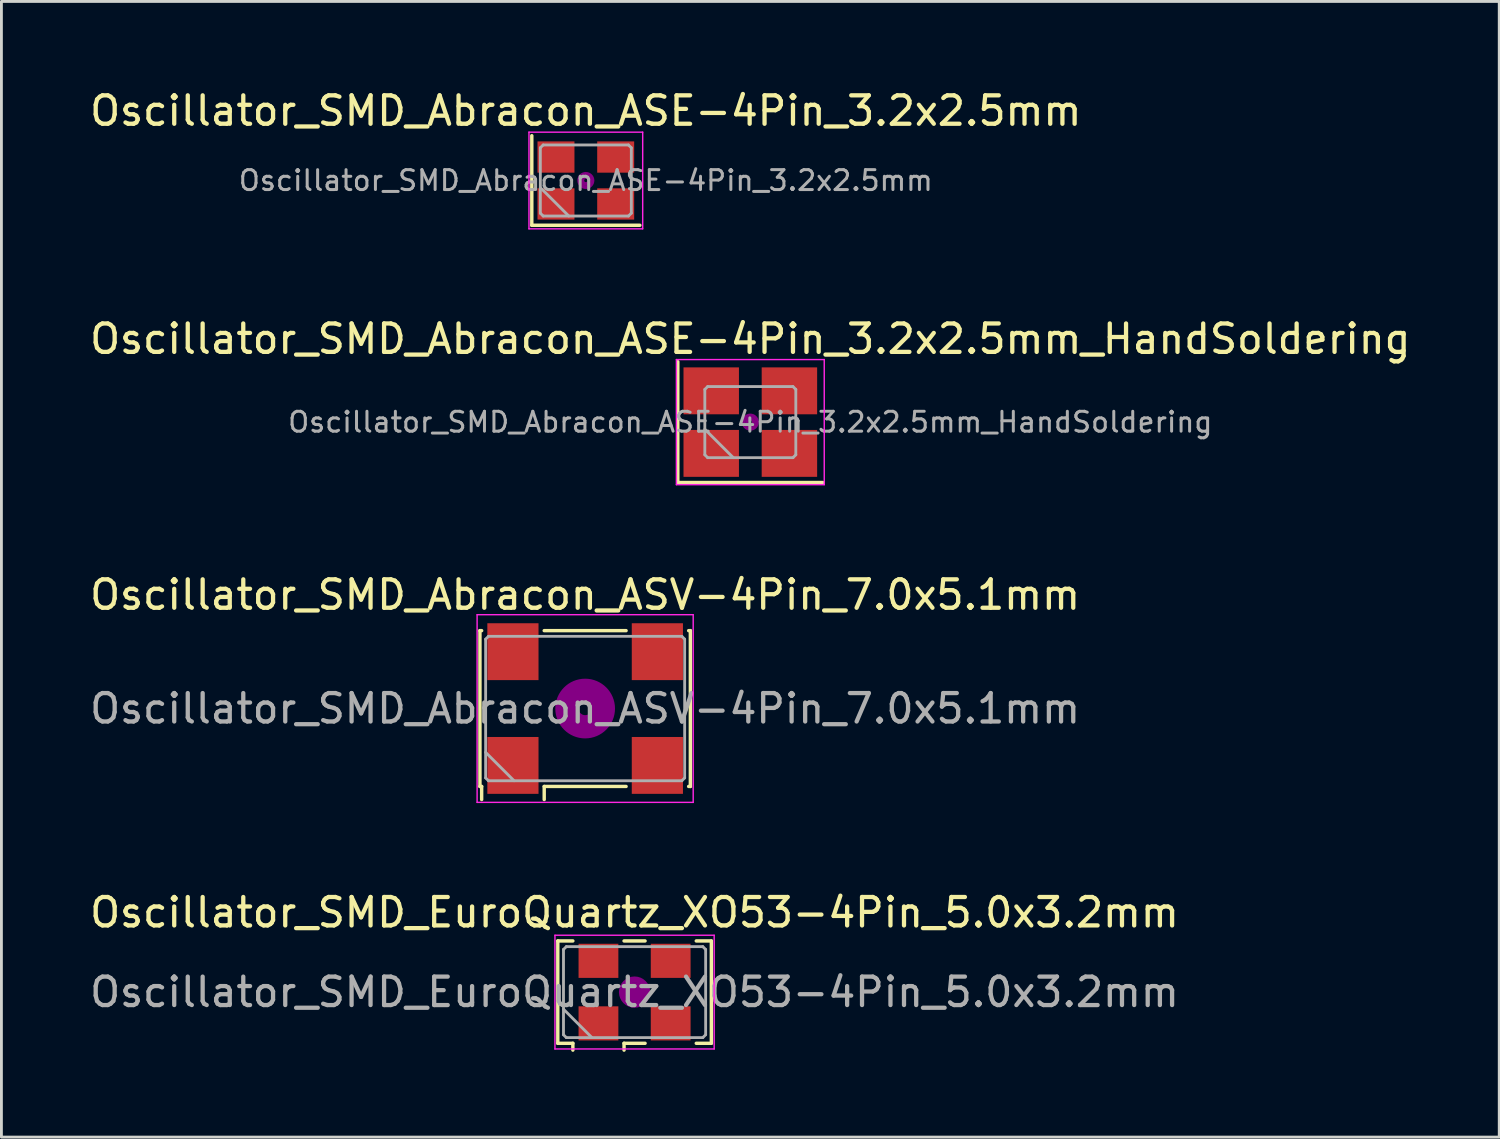
<source format=kicad_pcb>
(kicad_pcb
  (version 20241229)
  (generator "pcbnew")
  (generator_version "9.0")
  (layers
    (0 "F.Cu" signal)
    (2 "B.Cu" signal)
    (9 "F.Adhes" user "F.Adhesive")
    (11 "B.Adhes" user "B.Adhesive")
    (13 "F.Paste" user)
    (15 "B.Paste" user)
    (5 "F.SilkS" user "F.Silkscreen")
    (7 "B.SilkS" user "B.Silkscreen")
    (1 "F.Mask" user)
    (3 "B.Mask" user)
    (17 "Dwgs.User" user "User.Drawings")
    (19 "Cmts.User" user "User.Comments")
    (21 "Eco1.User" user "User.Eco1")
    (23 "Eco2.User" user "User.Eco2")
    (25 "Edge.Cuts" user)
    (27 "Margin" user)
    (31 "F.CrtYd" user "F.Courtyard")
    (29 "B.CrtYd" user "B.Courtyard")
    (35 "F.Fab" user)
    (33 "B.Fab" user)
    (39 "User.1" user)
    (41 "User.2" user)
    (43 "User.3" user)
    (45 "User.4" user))
  (footprint "Oscillator_SMD_Abracon_ASE-4Pin_3.2x2.5mm_HandSoldering"
    (layer "F.Cu")
    (at 23.339 11.796)
    (property "Reference" "Oscillator_SMD_Abracon_ASE-4Pin_3.2x2.5mm_HandSoldering" (at 0 -2.925 0) (layer "F.SilkS") (effects (font (size 1 1) (thickness 0.15))))
    (attr smd)
    (fp_line (start -2.55 -2.125) (end -2.55 2.125) (stroke (width 0.12) (type solid)) (layer "F.SilkS"))
    (fp_line (start -2.55 2.125) (end 2.55 2.125) (stroke (width 0.12) (type solid)) (layer "F.SilkS"))
    (fp_circle (center 0 0) (end 0.058 0) (stroke (width 0.117) (type solid)) (fill no) (layer "F.Adhes"))
    (fp_circle (center 0 0) (end 0.133 0) (stroke (width 0.083) (type solid)) (fill no) (layer "F.Adhes"))
    (fp_circle (center 0 0) (end 0.208 0) (stroke (width 0.083) (type solid)) (fill no) (layer "F.Adhes"))
    (fp_circle (center 0 0) (end 0.25 0) (stroke (width 0.1) (type solid)) (fill no) (layer "F.Adhes"))
    (fp_line (start -2.6 -2.2) (end -2.6 2.2) (stroke (width 0.05) (type solid)) (layer "F.CrtYd"))
    (fp_line (start -2.6 2.2) (end 2.6 2.2) (stroke (width 0.05) (type solid)) (layer "F.CrtYd"))
    (fp_line (start 2.6 -2.2) (end -2.6 -2.2) (stroke (width 0.05) (type solid)) (layer "F.CrtYd"))
    (fp_line (start 2.6 2.2) (end 2.6 -2.2) (stroke (width 0.05) (type solid)) (layer "F.CrtYd"))
    (fp_line (start -1.6 -1.15) (end -1.5 -1.25) (stroke (width 0.1) (type solid)) (layer "F.Fab"))
    (fp_line (start -1.6 0.25) (end -0.6 1.25) (stroke (width 0.1) (type solid)) (layer "F.Fab"))
    (fp_line (start -1.6 1.15) (end -1.6 -1.15) (stroke (width 0.1) (type solid)) (layer "F.Fab"))
    (fp_line (start -1.5 -1.25) (end 1.5 -1.25) (stroke (width 0.1) (type solid)) (layer "F.Fab"))
    (fp_line (start -1.5 1.25) (end -1.6 1.15) (stroke (width 0.1) (type solid)) (layer "F.Fab"))
    (fp_line (start 1.5 -1.25) (end 1.6 -1.15) (stroke (width 0.1) (type solid)) (layer "F.Fab"))
    (fp_line (start 1.5 1.25) (end -1.5 1.25) (stroke (width 0.1) (type solid)) (layer "F.Fab"))
    (fp_line (start 1.6 -1.15) (end 1.6 1.15) (stroke (width 0.1) (type solid)) (layer "F.Fab"))
    (fp_line (start 1.6 1.15) (end 1.5 1.25) (stroke (width 0.1) (type solid)) (layer "F.Fab"))
    (fp_text user "${REFERENCE}" (at 0 0 0) (layer "F.Fab") (effects (font (size 0.7 0.7) (thickness 0.105))))
    (pad "1" smd rect (at -1.375 1.1) (size 1.95 1.65) (layers "F.Cu" "F.Mask" "F.Paste"))
    (pad "2" smd rect (at 1.375 1.1) (size 1.95 1.65) (layers "F.Cu" "F.Mask" "F.Paste"))
    (pad "3" smd rect (at 1.375 -1.1) (size 1.95 1.65) (layers "F.Cu" "F.Mask" "F.Paste"))
    (pad "4" smd rect (at -1.375 -1.1) (size 1.95 1.65) (layers "F.Cu" "F.Mask" "F.Paste")))
  (footprint "Oscillator_SMD_Abracon_ASV-4Pin_7.0x5.1mm"
    (layer "F.Cu")
    (at 17.53 21.87)
    (property "Reference" "Oscillator_SMD_Abracon_ASV-4Pin_7.0x5.1mm" (at 0 -4 0) (layer "F.SilkS") (effects (font (size 1 1) (thickness 0.15))))
    (attr smd)
    (fp_line (start -3.7 -2.74) (end -3.64 -2.74) (stroke (width 0.12) (type solid)) (layer "F.SilkS"))
    (fp_line (start -3.7 2.74) (end -3.7 -2.74) (stroke (width 0.12) (type solid)) (layer "F.SilkS"))
    (fp_line (start -3.64 2.74) (end -3.7 2.74) (stroke (width 0.12) (type solid)) (layer "F.SilkS"))
    (fp_line (start -3.64 3.2) (end -3.64 2.74) (stroke (width 0.12) (type solid)) (layer "F.SilkS"))
    (fp_line (start -1.44 -2.74) (end 1.44 -2.74) (stroke (width 0.12) (type solid)) (layer "F.SilkS"))
    (fp_line (start -1.44 2.74) (end -1.44 3.2) (stroke (width 0.12) (type solid)) (layer "F.SilkS"))
    (fp_line (start 1.44 2.74) (end -1.44 2.74) (stroke (width 0.12) (type solid)) (layer "F.SilkS"))
    (fp_line (start 3.64 -2.74) (end 3.7 -2.74) (stroke (width 0.12) (type solid)) (layer "F.SilkS"))
    (fp_line (start 3.7 -2.74) (end 3.7 2.74) (stroke (width 0.12) (type solid)) (layer "F.SilkS"))
    (fp_line (start 3.7 2.74) (end 3.64 2.74) (stroke (width 0.12) (type solid)) (layer "F.SilkS"))
    (fp_circle (center 0 0) (end 0.233 0) (stroke (width 0.467) (type solid)) (fill no) (layer "F.Adhes"))
    (fp_circle (center 0 0) (end 0.533 0) (stroke (width 0.333) (type solid)) (fill no) (layer "F.Adhes"))
    (fp_circle (center 0 0) (end 0.833 0) (stroke (width 0.333) (type solid)) (fill no) (layer "F.Adhes"))
    (fp_circle (center 0 0) (end 1 0) (stroke (width 0.1) (type solid)) (fill no) (layer "F.Adhes"))
    (fp_line (start -3.8 -3.3) (end -3.8 3.3) (stroke (width 0.05) (type solid)) (layer "F.CrtYd"))
    (fp_line (start -3.8 3.3) (end 3.8 3.3) (stroke (width 0.05) (type solid)) (layer "F.CrtYd"))
    (fp_line (start 3.8 -3.3) (end -3.8 -3.3) (stroke (width 0.05) (type solid)) (layer "F.CrtYd"))
    (fp_line (start 3.8 3.3) (end 3.8 -3.3) (stroke (width 0.05) (type solid)) (layer "F.CrtYd"))
    (fp_line (start -3.5 -2.44) (end -3.4 -2.54) (stroke (width 0.1) (type solid)) (layer "F.Fab"))
    (fp_line (start -3.5 1.54) (end -2.5 2.54) (stroke (width 0.1) (type solid)) (layer "F.Fab"))
    (fp_line (start -3.5 2.44) (end -3.5 -2.44) (stroke (width 0.1) (type solid)) (layer "F.Fab"))
    (fp_line (start -3.4 -2.54) (end 3.4 -2.54) (stroke (width 0.1) (type solid)) (layer "F.Fab"))
    (fp_line (start -3.4 2.54) (end -3.5 2.44) (stroke (width 0.1) (type solid)) (layer "F.Fab"))
    (fp_line (start 3.4 -2.54) (end 3.5 -2.44) (stroke (width 0.1) (type solid)) (layer "F.Fab"))
    (fp_line (start 3.4 2.54) (end -3.4 2.54) (stroke (width 0.1) (type solid)) (layer "F.Fab"))
    (fp_line (start 3.5 -2.44) (end 3.5 2.44) (stroke (width 0.1) (type solid)) (layer "F.Fab"))
    (fp_line (start 3.5 2.44) (end 3.4 2.54) (stroke (width 0.1) (type solid)) (layer "F.Fab"))
    (fp_text user "${REFERENCE}" (at 0 0 0) (layer "F.Fab") (effects (font (size 1 1) (thickness 0.15))))
    (pad "1" smd rect (at -2.54 2) (size 1.8 2) (layers "F.Cu" "F.Mask" "F.Paste"))
    (pad "2" smd rect (at 2.54 2) (size 1.8 2) (layers "F.Cu" "F.Mask" "F.Paste"))
    (pad "3" smd rect (at 2.54 -2) (size 1.8 2) (layers "F.Cu" "F.Mask" "F.Paste"))
    (pad "4" smd rect (at -2.54 -2) (size 1.8 2) (layers "F.Cu" "F.Mask" "F.Paste")))
  (footprint "Oscillator_SMD_Abracon_ASE-4Pin_3.2x2.5mm"
    (layer "F.Cu")
    (at 17.554 3.298)
    (property "Reference" "Oscillator_SMD_Abracon_ASE-4Pin_3.2x2.5mm" (at 0 -2.45 0) (layer "F.SilkS") (effects (font (size 1 1) (thickness 0.15))))
    (attr smd)
    (fp_line (start -1.9 -1.575) (end -1.9 1.575) (stroke (width 0.12) (type solid)) (layer "F.SilkS"))
    (fp_line (start -1.9 1.575) (end 1.9 1.575) (stroke (width 0.12) (type solid)) (layer "F.SilkS"))
    (fp_circle (center 0 0) (end 0.058 0) (stroke (width 0.117) (type solid)) (fill no) (layer "F.Adhes"))
    (fp_circle (center 0 0) (end 0.133 0) (stroke (width 0.083) (type solid)) (fill no) (layer "F.Adhes"))
    (fp_circle (center 0 0) (end 0.208 0) (stroke (width 0.083) (type solid)) (fill no) (layer "F.Adhes"))
    (fp_circle (center 0 0) (end 0.25 0) (stroke (width 0.1) (type solid)) (fill no) (layer "F.Adhes"))
    (fp_line (start -2 -1.7) (end -2 1.7) (stroke (width 0.05) (type solid)) (layer "F.CrtYd"))
    (fp_line (start -2 1.7) (end 2 1.7) (stroke (width 0.05) (type solid)) (layer "F.CrtYd"))
    (fp_line (start 2 -1.7) (end -2 -1.7) (stroke (width 0.05) (type solid)) (layer "F.CrtYd"))
    (fp_line (start 2 1.7) (end 2 -1.7) (stroke (width 0.05) (type solid)) (layer "F.CrtYd"))
    (fp_line (start -1.6 -1.15) (end -1.5 -1.25) (stroke (width 0.1) (type solid)) (layer "F.Fab"))
    (fp_line (start -1.6 0.25) (end -0.6 1.25) (stroke (width 0.1) (type solid)) (layer "F.Fab"))
    (fp_line (start -1.6 1.15) (end -1.6 -1.15) (stroke (width 0.1) (type solid)) (layer "F.Fab"))
    (fp_line (start -1.5 -1.25) (end 1.5 -1.25) (stroke (width 0.1) (type solid)) (layer "F.Fab"))
    (fp_line (start -1.5 1.25) (end -1.6 1.15) (stroke (width 0.1) (type solid)) (layer "F.Fab"))
    (fp_line (start 1.5 -1.25) (end 1.6 -1.15) (stroke (width 0.1) (type solid)) (layer "F.Fab"))
    (fp_line (start 1.5 1.25) (end -1.5 1.25) (stroke (width 0.1) (type solid)) (layer "F.Fab"))
    (fp_line (start 1.6 -1.15) (end 1.6 1.15) (stroke (width 0.1) (type solid)) (layer "F.Fab"))
    (fp_line (start 1.6 1.15) (end 1.5 1.25) (stroke (width 0.1) (type solid)) (layer "F.Fab"))
    (fp_text user "${REFERENCE}" (at 0 0 0) (layer "F.Fab") (effects (font (size 0.7 0.7) (thickness 0.105))))
    (pad "1" smd rect (at -1.05 0.825) (size 1.3 1.1) (layers "F.Cu" "F.Mask" "F.Paste"))
    (pad "2" smd rect (at 1.05 0.825) (size 1.3 1.1) (layers "F.Cu" "F.Mask" "F.Paste"))
    (pad "3" smd rect (at 1.05 -0.825) (size 1.3 1.1) (layers "F.Cu" "F.Mask" "F.Paste"))
    (pad "4" smd rect (at -1.05 -0.825) (size 1.3 1.1) (layers "F.Cu" "F.Mask" "F.Paste")))
  (footprint "Oscillator_SMD_EuroQuartz_XO53-4Pin_5.0x3.2mm"
    (layer "F.Cu")
    (at 19.268 31.843)
    (property "Reference" "Oscillator_SMD_EuroQuartz_XO53-4Pin_5.0x3.2mm" (at 0 -2.8 0) (layer "F.SilkS") (effects (font (size 1 1) (thickness 0.15))))
    (attr smd)
    (fp_line (start -2.7 -1.8) (end -2.17 -1.8) (stroke (width 0.12) (type solid)) (layer "F.SilkS"))
    (fp_line (start -2.7 1.8) (end -2.7 -1.8) (stroke (width 0.12) (type solid)) (layer "F.SilkS"))
    (fp_line (start -2.17 1.8) (end -2.7 1.8) (stroke (width 0.12) (type solid)) (layer "F.SilkS"))
    (fp_line (start -2.17 2.04) (end -2.17 1.8) (stroke (width 0.12) (type solid)) (layer "F.SilkS"))
    (fp_line (start -0.37 -1.8) (end 0.37 -1.8) (stroke (width 0.12) (type solid)) (layer "F.SilkS"))
    (fp_line (start -0.37 1.8) (end -0.37 2.04) (stroke (width 0.12) (type solid)) (layer "F.SilkS"))
    (fp_line (start 0.37 1.8) (end -0.37 1.8) (stroke (width 0.12) (type solid)) (layer "F.SilkS"))
    (fp_line (start 2.17 -1.8) (end 2.7 -1.8) (stroke (width 0.12) (type solid)) (layer "F.SilkS"))
    (fp_line (start 2.7 -1.8) (end 2.7 1.8) (stroke (width 0.12) (type solid)) (layer "F.SilkS"))
    (fp_line (start 2.7 1.8) (end 2.17 1.8) (stroke (width 0.12) (type solid)) (layer "F.SilkS"))
    (fp_circle (center 0 0) (end 0.117 0) (stroke (width 0.233) (type solid)) (fill no) (layer "F.Adhes"))
    (fp_circle (center 0 0) (end 0.267 0) (stroke (width 0.167) (type solid)) (fill no) (layer "F.Adhes"))
    (fp_circle (center 0 0) (end 0.417 0) (stroke (width 0.167) (type solid)) (fill no) (layer "F.Adhes"))
    (fp_circle (center 0 0) (end 0.5 0) (stroke (width 0.1) (type solid)) (fill no) (layer "F.Adhes"))
    (fp_line (start -2.8 -2) (end -2.8 2) (stroke (width 0.05) (type solid)) (layer "F.CrtYd"))
    (fp_line (start -2.8 2) (end 2.8 2) (stroke (width 0.05) (type solid)) (layer "F.CrtYd"))
    (fp_line (start 2.8 -2) (end -2.8 -2) (stroke (width 0.05) (type solid)) (layer "F.CrtYd"))
    (fp_line (start 2.8 2) (end 2.8 -2) (stroke (width 0.05) (type solid)) (layer "F.CrtYd"))
    (fp_line (start -2.5 -1.5) (end -2.4 -1.6) (stroke (width 0.1) (type solid)) (layer "F.Fab"))
    (fp_line (start -2.5 0.6) (end -1.5 1.6) (stroke (width 0.1) (type solid)) (layer "F.Fab"))
    (fp_line (start -2.5 1.5) (end -2.5 -1.5) (stroke (width 0.1) (type solid)) (layer "F.Fab"))
    (fp_line (start -2.4 -1.6) (end 2.4 -1.6) (stroke (width 0.1) (type solid)) (layer "F.Fab"))
    (fp_line (start -2.4 1.6) (end -2.5 1.5) (stroke (width 0.1) (type solid)) (layer "F.Fab"))
    (fp_line (start 2.4 -1.6) (end 2.5 -1.5) (stroke (width 0.1) (type solid)) (layer "F.Fab"))
    (fp_line (start 2.4 1.6) (end -2.4 1.6) (stroke (width 0.1) (type solid)) (layer "F.Fab"))
    (fp_line (start 2.5 -1.5) (end 2.5 1.5) (stroke (width 0.1) (type solid)) (layer "F.Fab"))
    (fp_line (start 2.5 1.5) (end 2.4 1.6) (stroke (width 0.1) (type solid)) (layer "F.Fab"))
    (fp_text user "${REFERENCE}" (at 0 0 0) (layer "F.Fab") (effects (font (size 1 1) (thickness 0.15))))
    (pad "1" smd rect (at -1.27 1.1) (size 1.4 1.2) (layers "F.Cu" "F.Mask" "F.Paste"))
    (pad "2" smd rect (at 1.27 1.1) (size 1.4 1.2) (layers "F.Cu" "F.Mask" "F.Paste"))
    (pad "3" smd rect (at 1.27 -1.1) (size 1.4 1.2) (layers "F.Cu" "F.Mask" "F.Paste"))
    (pad "4" smd rect (at -1.27 -1.1) (size 1.4 1.2) (layers "F.Cu" "F.Mask" "F.Paste")))
  (gr_rect
    (start -3 -3)
    (end 49.679 36.943)
    (stroke (width 0.1) (type default))
    (fill no)
    (layer "Edge.Cuts")))
</source>
